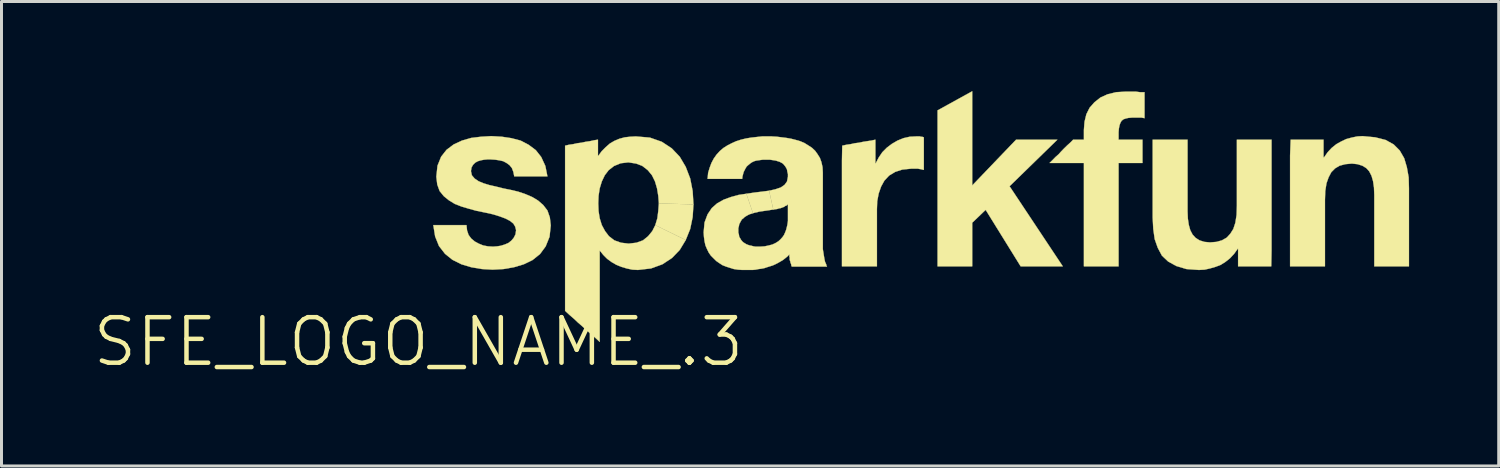
<source format=kicad_pcb>
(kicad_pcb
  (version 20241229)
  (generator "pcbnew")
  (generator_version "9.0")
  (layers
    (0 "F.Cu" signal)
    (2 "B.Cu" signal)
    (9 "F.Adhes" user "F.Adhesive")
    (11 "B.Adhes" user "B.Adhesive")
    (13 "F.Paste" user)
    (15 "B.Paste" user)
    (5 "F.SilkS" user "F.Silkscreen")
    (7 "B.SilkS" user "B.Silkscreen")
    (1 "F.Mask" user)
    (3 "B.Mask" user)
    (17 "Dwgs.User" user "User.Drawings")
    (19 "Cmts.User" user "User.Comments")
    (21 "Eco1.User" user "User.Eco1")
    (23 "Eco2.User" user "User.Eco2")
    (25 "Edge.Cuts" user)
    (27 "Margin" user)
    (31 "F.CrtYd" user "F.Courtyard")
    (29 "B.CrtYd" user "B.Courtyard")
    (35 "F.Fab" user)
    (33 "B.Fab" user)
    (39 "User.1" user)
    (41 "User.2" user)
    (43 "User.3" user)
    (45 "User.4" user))
  (footprint "SFE_LOGO_NAME_.3"
    (layer "F.Cu")
    (at 10.958 8.395)
    (property "Reference" "SFE_LOGO_NAME_.3" (at 0 0 0) (layer "F.SilkS") (effects (font (size 1.524 1.524) (thickness 0.15))))
    (attr exclude_from_pos_files exclude_from_bom)
    (fp_poly (pts (xy 7.93 -3.909) (xy 7.998 -4.138) (xy 8.029 -4.379) (xy 8.049 -4.638) (xy 9.207 -4.6) (xy 9.18 -4.178) (xy 9.098 -3.78) (xy 8.948 -3.409)) (stroke (width 0.01) (type solid)) (fill yes) (layer "F.SilkS"))
    (fp_poly (pts (xy 17.379 -7.75) (xy 18.539 -8.39) (xy 18.539 -5.237) (xy 20.008 -6.769) (xy 21.389 -6.769) (xy 19.789 -5.21) (xy 21.57 -2.53) (xy 20.16 -2.53) (xy 18.989 -4.42) (xy 18.539 -3.988) (xy 18.539 -2.53) (xy 17.379 -2.53)) (stroke (width 0.01) (type solid)) (fill yes) (layer "F.SilkS"))
    (fp_poly (pts (xy 10.978 -4.958) (xy 11.25 -4.999) (xy 11.499 -5.029) (xy 11.74 -5.06) (xy 11.88 -4.43) (xy 11.808 -4.42) (xy 11.748 -4.409) (xy 11.679 -4.399) (xy 11.608 -4.389) (xy 11.539 -4.379) (xy 11.468 -4.369) (xy 11.4 -4.359) (xy 11.328 -4.338) (xy 11.27 -4.328) (xy 11.199 -4.308)) (stroke (width 0.01) (type solid)) (fill yes) (layer "F.SilkS"))
    (fp_poly (pts (xy 14.188 -6.568) (xy 14.328 -6.599) (xy 14.468 -6.619) (xy 14.608 -6.65) (xy 14.75 -6.668) (xy 14.889 -6.698) (xy 15.019 -6.718) (xy 15.159 -6.739) (xy 15.298 -6.769) (xy 15.298 -5.979) (xy 15.309 -5.979) (xy 15.408 -6.17) (xy 15.53 -6.35) (xy 15.679 -6.5) (xy 15.85 -6.629) (xy 16.038 -6.739) (xy 16.238 -6.82) (xy 16.449 -6.868) (xy 16.66 -6.878) (xy 16.789 -6.878) (xy 16.82 -6.868) (xy 16.858 -6.868) (xy 16.888 -6.858) (xy 16.919 -6.848) (xy 16.919 -5.758) (xy 16.868 -5.768) (xy 16.828 -5.779) (xy 16.769 -5.789) (xy 16.718 -5.799) (xy 16.5 -5.799) (xy 16.198 -5.768) (xy 15.959 -5.69) (xy 15.758 -5.568) (xy 15.598 -5.397) (xy 15.489 -5.199) (xy 15.408 -4.968) (xy 15.359 -4.709) (xy 15.349 -4.44) (xy 15.349 -2.53) (xy 14.178 -2.53) (xy 14.178 -6.068)) (stroke (width 0.01) (type solid)) (fill yes) (layer "F.SilkS"))
    (fp_poly (pts (xy 28.55 -2.53) (xy 27.44 -2.53) (xy 27.44 -3.119) (xy 27.429 -3.119) (xy 27.308 -2.949) (xy 27.168 -2.799) (xy 27.018 -2.68) (xy 26.858 -2.578) (xy 26.678 -2.51) (xy 26.5 -2.459) (xy 26.319 -2.418) (xy 26.129 -2.408) (xy 25.71 -2.438) (xy 25.37 -2.54) (xy 25.098 -2.69) (xy 24.889 -2.888) (xy 24.75 -3.15) (xy 24.648 -3.439) (xy 24.6 -3.78) (xy 24.58 -4.158) (xy 24.58 -6.769) (xy 25.748 -6.769) (xy 25.748 -4.369) (xy 25.758 -4.128) (xy 25.789 -3.919) (xy 25.839 -3.739) (xy 25.918 -3.589) (xy 26.02 -3.48) (xy 26.149 -3.399) (xy 26.309 -3.348) (xy 26.5 -3.33) (xy 26.718 -3.348) (xy 26.899 -3.399) (xy 27.059 -3.49) (xy 27.178 -3.619) (xy 27.28 -3.78) (xy 27.348 -3.988) (xy 27.389 -4.249) (xy 27.399 -4.549) (xy 27.399 -6.769) (xy 28.56 -6.769) (xy 28.56 -3.058)) (stroke (width 0.01) (type solid)) (fill yes) (layer "F.SilkS"))
    (fp_poly (pts (xy 29.2 -6.769) (xy 30.3 -6.769) (xy 30.3 -6.18) (xy 30.32 -6.18) (xy 30.439 -6.35) (xy 30.569 -6.49) (xy 30.729 -6.619) (xy 30.889 -6.708) (xy 31.059 -6.789) (xy 31.239 -6.838) (xy 31.43 -6.878) (xy 31.608 -6.888) (xy 32.029 -6.848) (xy 32.38 -6.759) (xy 32.649 -6.609) (xy 32.85 -6.408) (xy 33 -6.149) (xy 33.089 -5.85) (xy 33.15 -5.509) (xy 33.16 -5.138) (xy 33.16 -2.53) (xy 31.999 -2.53) (xy 31.999 -4.92) (xy 31.989 -5.169) (xy 31.958 -5.38) (xy 31.907 -5.558) (xy 31.829 -5.71) (xy 31.73 -5.819) (xy 31.598 -5.898) (xy 31.438 -5.949) (xy 31.25 -5.969) (xy 31.029 -5.949) (xy 30.838 -5.898) (xy 30.688 -5.809) (xy 30.559 -5.679) (xy 30.47 -5.509) (xy 30.399 -5.309) (xy 30.358 -5.05) (xy 30.348 -4.75) (xy 30.348 -2.53) (xy 29.18 -2.53) (xy 29.18 -6.238)) (stroke (width 0.01) (type solid)) (fill yes) (layer "F.SilkS"))
    (fp_poly (pts (xy 22.278 -5.989) (xy 21.128 -5.989) (xy 21.229 -6.088) (xy 21.328 -6.19) (xy 21.43 -6.279) (xy 21.519 -6.378) (xy 21.618 -6.48) (xy 21.72 -6.579) (xy 21.819 -6.668) (xy 21.918 -6.769) (xy 22.278 -6.769) (xy 22.278 -7.099) (xy 22.299 -7.369) (xy 22.36 -7.62) (xy 22.469 -7.838) (xy 22.629 -8.019) (xy 22.83 -8.179) (xy 23.068 -8.288) (xy 23.358 -8.359) (xy 23.698 -8.379) (xy 24.008 -8.379) (xy 24.079 -8.369) (xy 24.158 -8.359) (xy 24.308 -8.359) (xy 24.308 -7.488) (xy 24.26 -7.498) (xy 24.209 -7.508) (xy 23.889 -7.508) (xy 23.769 -7.498) (xy 23.678 -7.478) (xy 23.599 -7.45) (xy 23.538 -7.399) (xy 23.498 -7.328) (xy 23.47 -7.249) (xy 23.449 -7.14) (xy 23.439 -7.018) (xy 23.439 -6.769) (xy 24.239 -6.769) (xy 24.239 -5.989) (xy 23.439 -5.989) (xy 23.439 -2.53) (xy 22.278 -2.53) (xy 22.278 -5.558)) (stroke (width 0.01) (type solid)) (fill yes) (layer "F.SilkS"))
    (fp_poly (pts (xy 8.948 -3.409) (xy 8.748 -3.078) (xy 8.489 -2.809) (xy 8.169 -2.598) (xy 7.788 -2.459) (xy 7.348 -2.408) (xy 7.158 -2.418) (xy 6.97 -2.459) (xy 6.8 -2.51) (xy 6.629 -2.578) (xy 6.469 -2.67) (xy 6.32 -2.779) (xy 6.19 -2.908) (xy 6.078 -3.048) (xy 6.068 -3.048) (xy 6.068 0) (xy 5.928 -0.13) (xy 5.779 -0.259) (xy 5.629 -0.389) (xy 5.489 -0.518) (xy 5.339 -0.648) (xy 5.199 -0.78) (xy 5.05 -0.909) (xy 4.91 -1.039) (xy 4.91 -6.568) (xy 5.039 -6.599) (xy 5.179 -6.619) (xy 5.319 -6.65) (xy 5.458 -6.668) (xy 5.598 -6.698) (xy 5.738 -6.718) (xy 5.878 -6.749) (xy 6.01 -6.769) (xy 6.01 -6.228) (xy 6.02 -6.228) (xy 6.139 -6.388) (xy 6.269 -6.518) (xy 6.408 -6.64) (xy 6.558 -6.728) (xy 6.728 -6.8) (xy 6.909 -6.848) (xy 7.089 -6.868) (xy 7.28 -6.878) (xy 7.75 -6.838) (xy 8.148 -6.698) (xy 8.479 -6.48) (xy 8.748 -6.198) (xy 8.948 -5.86) (xy 9.098 -5.469) (xy 9.18 -5.05) (xy 9.207 -4.6) (xy 8.049 -4.638) (xy 8.029 -4.889) (xy 7.988 -5.138) (xy 7.92 -5.37) (xy 7.818 -5.578) (xy 7.678 -5.748) (xy 7.498 -5.888) (xy 7.29 -5.969) (xy 7.028 -6.01) (xy 6.769 -5.979) (xy 6.548 -5.888) (xy 6.368 -5.748) (xy 6.238 -5.578) (xy 6.139 -5.37) (xy 6.068 -5.138) (xy 6.03 -4.889) (xy 6.02 -4.638) (xy 6.03 -4.379) (xy 6.068 -4.138) (xy 6.139 -3.909) (xy 6.248 -3.708) (xy 6.378 -3.538) (xy 6.558 -3.399) (xy 6.779 -3.32) (xy 7.038 -3.289) (xy 7.3 -3.32) (xy 7.518 -3.399) (xy 7.689 -3.538) (xy 7.828 -3.708) (xy 7.93 -3.909)) (stroke (width 0.01) (type solid)) (fill yes) (layer "F.SilkS"))
    (fp_poly (pts (xy 1.608 -3.909) (xy 1.628 -3.729) (xy 1.679 -3.579) (xy 1.768 -3.459) (xy 1.89 -3.358) (xy 2.019 -3.289) (xy 2.169 -3.228) (xy 2.329 -3.198) (xy 2.499 -3.188) (xy 2.629 -3.198) (xy 2.758 -3.218) (xy 2.888 -3.259) (xy 3.01 -3.31) (xy 3.109 -3.388) (xy 3.188 -3.48) (xy 3.249 -3.599) (xy 3.269 -3.739) (xy 3.239 -3.858) (xy 3.178 -3.96) (xy 3.068 -4.049) (xy 2.918 -4.128) (xy 2.728 -4.199) (xy 2.499 -4.27) (xy 2.238 -4.328) (xy 1.938 -4.389) (xy 1.689 -4.458) (xy 1.448 -4.529) (xy 1.219 -4.618) (xy 1.019 -4.74) (xy 0.848 -4.879) (xy 0.709 -5.05) (xy 0.63 -5.268) (xy 0.599 -5.53) (xy 0.638 -5.898) (xy 0.759 -6.198) (xy 0.94 -6.429) (xy 1.179 -6.609) (xy 1.458 -6.739) (xy 1.768 -6.828) (xy 2.098 -6.868) (xy 2.438 -6.888) (xy 2.789 -6.868) (xy 3.109 -6.82) (xy 3.419 -6.739) (xy 3.688 -6.599) (xy 3.929 -6.419) (xy 4.11 -6.19) (xy 4.249 -5.888) (xy 4.318 -5.54) (xy 3.208 -5.54) (xy 3.178 -5.69) (xy 3.129 -5.819) (xy 3.048 -5.918) (xy 2.949 -5.989) (xy 2.84 -6.048) (xy 2.708 -6.078) (xy 2.568 -6.099) (xy 2.408 -6.109) (xy 2.309 -6.109) (xy 2.2 -6.099) (xy 2.088 -6.078) (xy 1.989 -6.048) (xy 1.9 -5.999) (xy 1.829 -5.928) (xy 1.778 -5.839) (xy 1.758 -5.718) (xy 1.788 -5.578) (xy 1.88 -5.469) (xy 2.009 -5.38) (xy 2.179 -5.309) (xy 2.38 -5.248) (xy 2.598 -5.199) (xy 2.84 -5.138) (xy 3.089 -5.088) (xy 3.338 -5.029) (xy 3.579 -4.948) (xy 3.81 -4.849) (xy 4.008 -4.729) (xy 4.178 -4.58) (xy 4.318 -4.399) (xy 4.399 -4.168) (xy 4.43 -3.899) (xy 4.389 -3.518) (xy 4.26 -3.198) (xy 4.069 -2.939) (xy 3.818 -2.738) (xy 3.528 -2.598) (xy 3.198 -2.499) (xy 2.85 -2.438) (xy 2.489 -2.418) (xy 2.129 -2.438) (xy 1.768 -2.499) (xy 1.438 -2.598) (xy 1.138 -2.748) (xy 0.889 -2.949) (xy 0.688 -3.208) (xy 0.559 -3.528) (xy 0.498 -3.909) (xy 1.468 -3.909)) (stroke (width 0.01) (type solid)) (fill yes) (layer "F.SilkS"))
    (fp_poly (pts (xy 11.199 -4.308) (xy 11.138 -4.288) (xy 11.079 -4.27) (xy 11.019 -4.239) (xy 10.968 -4.209) (xy 10.919 -4.178) (xy 10.879 -4.138) (xy 10.828 -4.1) (xy 10.798 -4.049) (xy 10.77 -3.998) (xy 10.739 -3.94) (xy 10.729 -3.879) (xy 10.709 -3.81) (xy 10.709 -3.658) (xy 10.729 -3.589) (xy 10.739 -3.518) (xy 10.77 -3.47) (xy 10.798 -3.419) (xy 10.838 -3.368) (xy 10.879 -3.33) (xy 10.93 -3.299) (xy 10.978 -3.269) (xy 11.029 -3.249) (xy 11.09 -3.228) (xy 11.148 -3.218) (xy 11.219 -3.198) (xy 11.288 -3.188) (xy 11.43 -3.188) (xy 11.587 -3.198) (xy 11.73 -3.228) (xy 11.849 -3.259) (xy 11.958 -3.31) (xy 12.05 -3.368) (xy 12.118 -3.429) (xy 12.189 -3.508) (xy 12.238 -3.579) (xy 12.278 -3.668) (xy 12.309 -3.749) (xy 12.329 -3.828) (xy 12.349 -3.909) (xy 12.36 -3.978) (xy 12.37 -4.049) (xy 12.37 -4.608) (xy 12.329 -4.569) (xy 12.278 -4.549) (xy 12.238 -4.519) (xy 12.179 -4.498) (xy 12.129 -4.478) (xy 12.068 -4.468) (xy 12.009 -4.448) (xy 11.948 -4.44) (xy 11.88 -4.43) (xy 11.74 -5.06) (xy 11.948 -5.108) (xy 12.129 -5.169) (xy 12.258 -5.258) (xy 12.339 -5.37) (xy 12.37 -5.53) (xy 12.37 -5.618) (xy 12.349 -5.7) (xy 12.339 -5.768) (xy 12.309 -5.829) (xy 12.278 -5.878) (xy 12.238 -5.928) (xy 12.2 -5.969) (xy 12.149 -5.999) (xy 12.088 -6.03) (xy 12.029 -6.048) (xy 11.968 -6.068) (xy 11.908 -6.078) (xy 11.839 -6.088) (xy 11.768 -6.099) (xy 11.529 -6.099) (xy 11.448 -6.088) (xy 11.379 -6.078) (xy 11.308 -6.068) (xy 11.239 -6.048) (xy 11.179 -6.02) (xy 11.128 -5.989) (xy 11.079 -5.949) (xy 11.029 -5.908) (xy 10.988 -5.87) (xy 10.95 -5.809) (xy 10.919 -5.748) (xy 10.889 -5.69) (xy 10.869 -5.618) (xy 10.848 -5.54) (xy 10.838 -5.458) (xy 9.68 -5.458) (xy 9.698 -5.659) (xy 9.749 -5.829) (xy 9.809 -5.989) (xy 9.888 -6.139) (xy 9.98 -6.269) (xy 10.089 -6.388) (xy 10.208 -6.49) (xy 10.348 -6.579) (xy 10.488 -6.65) (xy 10.638 -6.718) (xy 10.798 -6.769) (xy 10.968 -6.81) (xy 11.138 -6.838) (xy 11.318 -6.858) (xy 11.499 -6.878) (xy 11.829 -6.878) (xy 11.999 -6.868) (xy 12.159 -6.848) (xy 12.319 -6.828) (xy 12.479 -6.8) (xy 12.639 -6.759) (xy 12.779 -6.718) (xy 12.918 -6.66) (xy 13.048 -6.579) (xy 13.17 -6.5) (xy 13.279 -6.398) (xy 13.358 -6.289) (xy 13.439 -6.16) (xy 13.49 -6.02) (xy 13.528 -5.85) (xy 13.538 -5.669) (xy 13.538 -3.109) (xy 13.548 -3.038) (xy 13.559 -2.979) (xy 13.569 -2.908) (xy 13.579 -2.85) (xy 13.589 -2.789) (xy 13.599 -2.738) (xy 13.609 -2.69) (xy 13.63 -2.639) (xy 13.65 -2.598) (xy 13.658 -2.558) (xy 13.678 -2.52) (xy 12.499 -2.52) (xy 12.489 -2.548) (xy 12.479 -2.568) (xy 12.479 -2.598) (xy 12.469 -2.619) (xy 12.459 -2.649) (xy 12.449 -2.67) (xy 12.449 -2.697) (xy 12.438 -2.718) (xy 12.428 -2.748) (xy 12.428 -2.83) (xy 12.418 -2.85) (xy 12.418 -2.929) (xy 12.349 -2.857) (xy 12.278 -2.799) (xy 12.2 -2.738) (xy 12.118 -2.69) (xy 12.029 -2.639) (xy 11.948 -2.598) (xy 11.859 -2.558) (xy 11.768 -2.53) (xy 11.669 -2.499) (xy 11.58 -2.469) (xy 11.478 -2.449) (xy 11.389 -2.438) (xy 11.288 -2.418) (xy 11.189 -2.408) (xy 10.838 -2.408) (xy 10.698 -2.418) (xy 10.559 -2.438) (xy 10.429 -2.479) (xy 10.3 -2.52) (xy 10.178 -2.568) (xy 10.069 -2.639) (xy 9.97 -2.708) (xy 9.878 -2.799) (xy 9.789 -2.888) (xy 9.718 -2.99) (xy 9.66 -3.109) (xy 9.609 -3.228) (xy 9.578 -3.368) (xy 9.558 -3.518) (xy 9.548 -3.668) (xy 9.578 -3.998) (xy 9.68 -4.27) (xy 9.82 -4.478) (xy 10 -4.638) (xy 10.218 -4.76) (xy 10.46 -4.849) (xy 10.719 -4.92) (xy 10.978 -4.958)) (stroke (width 0.01) (type solid)) (fill yes) (layer "F.SilkS")))
  (gr_rect
    (start -3 -3)
    (end 47.123 12.549)
    (stroke (width 0.1) (type default))
    (fill no)
    (layer "Edge.Cuts")))
</source>
